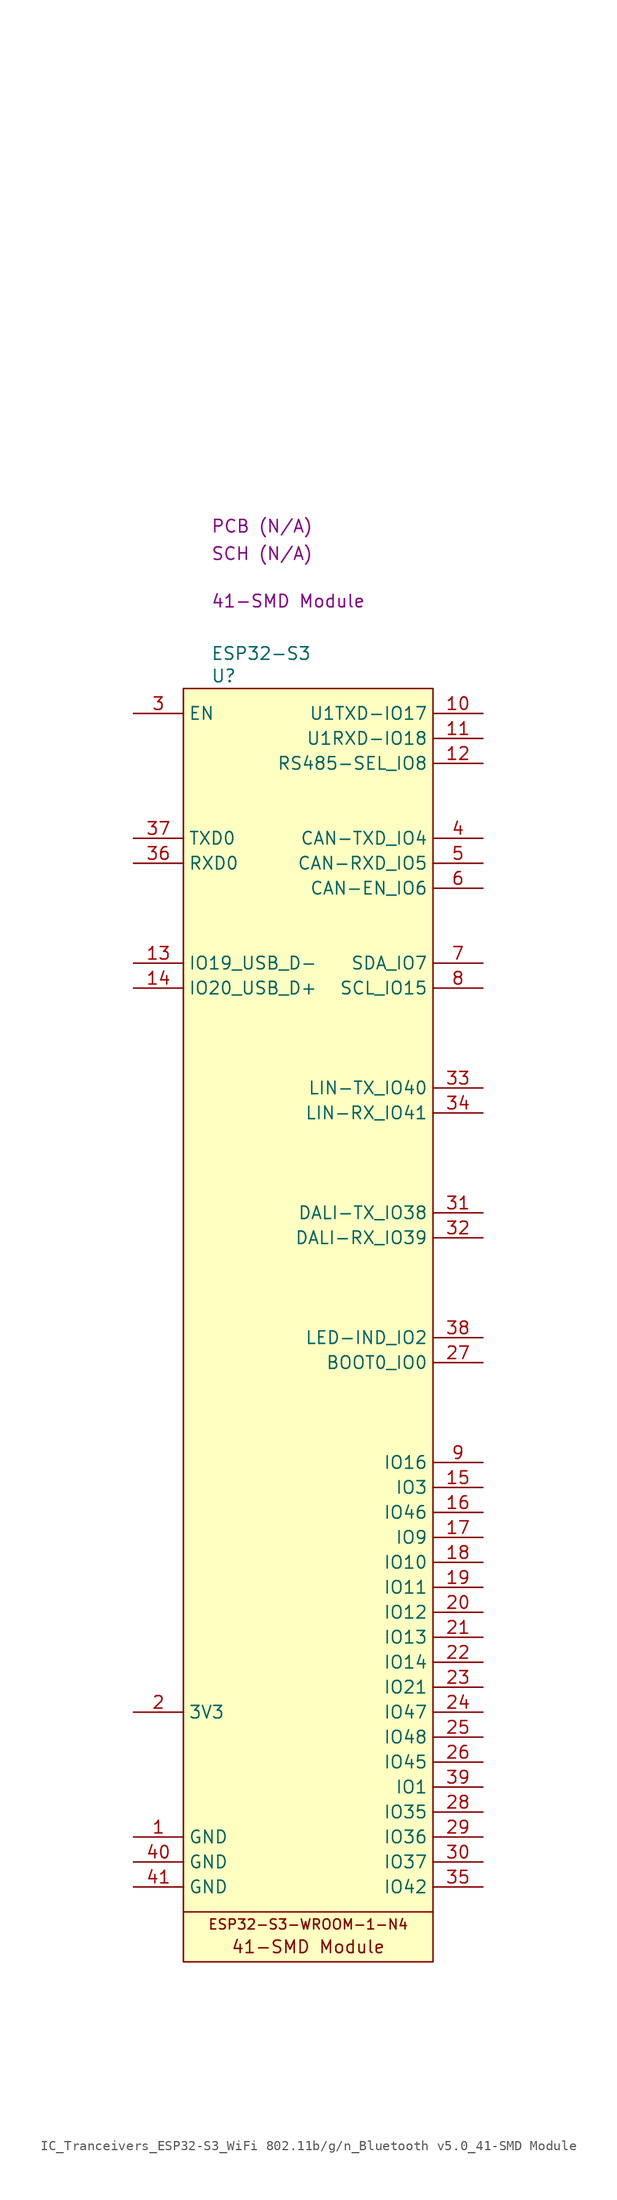
<source format=kicad_sym>
(kicad_symbol_lib
  (version 20231120)
  (generator "kicad_symbol_editor")
  (generator_version "8.0")
  (symbol "IC_Tranceivers_ESP32-S3_WiFi 802.11b/g/n_Bluetooth v5.0_41-SMD Module"
    (property "Reference" "U"
      (at 2.794 3.81 0)
      (effects (font (size 1.27 1.27)) (justify left)))
    (property "Value" "ESP32-S3"
      (at 2.794 6.096 0)
      (effects (font (size 1.27 1.27)) (justify left)))
    (property "Package" "41-SMD Module"
      (at 2.794 11.43 0)
      (effects (font (size 1.27 1.27)) (justify left)))
    (property "SCH CHECK" "SCH (N/A)"
      (at 2.794 16.256 0)
      (effects (font (size 1.27 1.27)) (justify left)))
    (property "PCB CHECk" "PCB (N/A)"
      (at 2.794 19.05 0)
      (effects (font (size 1.27 1.27)) (justify left)))
    (symbol "IC_Tranceivers_ESP32-S3_WiFi 802.11b/g/n_Bluetooth v5.0_41-SMD Module_0_1"
      (polyline private (pts (xy 2.54 2.54) (xy 27.94 2.54)) (stroke (width 0) (type default)) (fill (type none)))
      (polyline private (pts (xy 2.54 5.08) (xy 27.94 5.08)) (stroke (width 0) (type default)) (fill (type none)))
      (polyline private (pts (xy 2.54 7.62) (xy 27.94 7.62)) (stroke (width 0) (type default)) (fill (type none)))
      (polyline private (pts (xy 2.54 10.16) (xy 27.94 10.16)) (stroke (width 0) (type default)) (fill (type none)))
      (polyline private (pts (xy 2.54 12.7) (xy 27.94 12.7)) (stroke (width 0) (type default)) (fill (type none)))
      (polyline private (pts (xy 2.54 15.24) (xy 27.94 15.24)) (stroke (width 0) (type default)) (fill (type none)))
      (polyline private (pts (xy 2.54 17.78) (xy 27.94 17.78)) (stroke (width 0) (type default)) (fill (type none)))
      (polyline private (pts (xy 2.54 20.32) (xy 27.94 20.32)) (stroke (width 0) (type default)) (fill (type none)))
      (polyline private (pts (xy 2.54 22.86) (xy 27.94 22.86)) (stroke (width 0) (type default)) (fill (type none)))
      (polyline private (pts (xy 2.54 25.4) (xy 27.94 25.4)) (stroke (width 0) (type default)) (fill (type none)))
      (polyline private (pts (xy 2.54 27.94) (xy 27.94 27.94)) (stroke (width 0) (type default)) (fill (type none)))
      (polyline private (pts (xy 2.54 30.48) (xy 27.94 30.48)) (stroke (width 0) (type default)) (fill (type none)))
      (polyline private (pts (xy 2.54 33.02) (xy 27.94 33.02)) (stroke (width 0) (type default)) (fill (type none)))
      (polyline private (pts (xy 2.54 35.56) (xy 27.94 35.56)) (stroke (width 0) (type default)) (fill (type none)))
      (polyline private (pts (xy 2.54 38.1) (xy 27.94 38.1)) (stroke (width 0) (type default)) (fill (type none)))
      (polyline private (pts (xy 2.54 40.64) (xy 27.94 40.64)) (stroke (width 0) (type default)) (fill (type none)))
      (polyline private (pts (xy 2.54 43.18) (xy 27.94 43.18)) (stroke (width 0) (type default)) (fill (type none)))
      (polyline private (pts (xy 2.54 45.72) (xy 27.94 45.72)) (stroke (width 0) (type default)) (fill (type none)))
      (polyline private (pts (xy 2.54 48.26) (xy 27.94 48.26)) (stroke (width 0) (type default)) (fill (type none)))
      (polyline private (pts (xy 2.54 50.8) (xy 27.94 50.8)) (stroke (width 0) (type default)) (fill (type none))))
    (symbol "IC_Tranceivers_ESP32-S3_WiFi 802.11b/g/n_Bluetooth v5.0_41-SMD Module_1_1"
      (polyline (pts (xy 25.4 -121.92) (xy 0 -121.92)) (stroke (width 0) (type default)) (fill (type none)))
      (rectangle (start 0 2.54) (end 25.4 -127) (stroke (width 0) (type default)) (fill (type background)))
      (text "41-SMD Module" (at 12.7 -125.476 0) (effects (font (size 1.27 1.27))))
      (text "ESP32-S3-WROOM-1-N4" (at 12.7 -123.19 0) (effects (font (size 1.016 1.016))))
      (pin passive line (at -5.08 -114.3 0) (length 5.08) (name "GND" (effects (font (size 1.27 1.27)))) (number "1" (effects (font (size 1.27 1.27)))))
      (pin passive line (at 30.48 0 180) (length 5.08) (name "U1TXD-IO17" (effects (font (size 1.27 1.27)))) (number "10" (effects (font (size 1.27 1.27)))))
      (pin passive line (at 30.48 -2.54 180) (length 5.08) (name "U1RXD-IO18" (effects (font (size 1.27 1.27)))) (number "11" (effects (font (size 1.27 1.27)))))
      (pin passive line (at 30.48 -5.08 180) (length 5.08) (name "RS485-SEL_IO8" (effects (font (size 1.27 1.27)))) (number "12" (effects (font (size 1.27 1.27)))))
      (pin passive line (at -5.08 -25.4 0) (length 5.08) (name "IO19_USB_D-" (effects (font (size 1.27 1.27)))) (number "13" (effects (font (size 1.27 1.27)))))
      (pin passive line (at -5.08 -27.94 0) (length 5.08) (name "IO20_USB_D+" (effects (font (size 1.27 1.27)))) (number "14" (effects (font (size 1.27 1.27)))))
      (pin passive line (at 30.48 -78.74 180) (length 5.08) (name "IO3" (effects (font (size 1.27 1.27)))) (number "15" (effects (font (size 1.27 1.27)))))
      (pin passive line (at 30.48 -81.28 180) (length 5.08) (name "IO46" (effects (font (size 1.27 1.27)))) (number "16" (effects (font (size 1.27 1.27)))))
      (pin passive line (at 30.48 -83.82 180) (length 5.08) (name "IO9" (effects (font (size 1.27 1.27)))) (number "17" (effects (font (size 1.27 1.27)))))
      (pin passive line (at 30.48 -86.36 180) (length 5.08) (name "IO10" (effects (font (size 1.27 1.27)))) (number "18" (effects (font (size 1.27 1.27)))))
      (pin passive line (at 30.48 -88.9 180) (length 5.08) (name "IO11" (effects (font (size 1.27 1.27)))) (number "19" (effects (font (size 1.27 1.27)))))
      (pin passive line (at -5.08 -101.6 0) (length 5.08) (name "3V3" (effects (font (size 1.27 1.27)))) (number "2" (effects (font (size 1.27 1.27)))))
      (pin passive line (at 30.48 -91.44 180) (length 5.08) (name "IO12" (effects (font (size 1.27 1.27)))) (number "20" (effects (font (size 1.27 1.27)))))
      (pin passive line (at 30.48 -93.98 180) (length 5.08) (name "IO13" (effects (font (size 1.27 1.27)))) (number "21" (effects (font (size 1.27 1.27)))))
      (pin passive line (at 30.48 -96.52 180) (length 5.08) (name "IO14" (effects (font (size 1.27 1.27)))) (number "22" (effects (font (size 1.27 1.27)))))
      (pin passive line (at 30.48 -99.06 180) (length 5.08) (name "IO21" (effects (font (size 1.27 1.27)))) (number "23" (effects (font (size 1.27 1.27)))))
      (pin passive line (at 30.48 -101.6 180) (length 5.08) (name "IO47" (effects (font (size 1.27 1.27)))) (number "24" (effects (font (size 1.27 1.27)))))
      (pin passive line (at 30.48 -104.14 180) (length 5.08) (name "IO48" (effects (font (size 1.27 1.27)))) (number "25" (effects (font (size 1.27 1.27)))))
      (pin passive line (at 30.48 -106.68 180) (length 5.08) (name "IO45" (effects (font (size 1.27 1.27)))) (number "26" (effects (font (size 1.27 1.27)))))
      (pin passive line (at 30.48 -66.04 180) (length 5.08) (name "BOOT0_IO0" (effects (font (size 1.27 1.27)))) (number "27" (effects (font (size 1.27 1.27)))))
      (pin passive line (at 30.48 -111.76 180) (length 5.08) (name "IO35" (effects (font (size 1.27 1.27)))) (number "28" (effects (font (size 1.27 1.27)))))
      (pin passive line (at 30.48 -114.3 180) (length 5.08) (name "IO36" (effects (font (size 1.27 1.27)))) (number "29" (effects (font (size 1.27 1.27)))))
      (pin passive line (at -5.08 0 0) (length 5.08) (name "EN" (effects (font (size 1.27 1.27)))) (number "3" (effects (font (size 1.27 1.27)))))
      (pin passive line (at 30.48 -116.84 180) (length 5.08) (name "IO37" (effects (font (size 1.27 1.27)))) (number "30" (effects (font (size 1.27 1.27)))))
      (pin passive line (at 30.48 -50.8 180) (length 5.08) (name "DALI-TX_IO38" (effects (font (size 1.27 1.27)))) (number "31" (effects (font (size 1.27 1.27)))))
      (pin passive line (at 30.48 -53.34 180) (length 5.08) (name "DALI-RX_IO39" (effects (font (size 1.27 1.27)))) (number "32" (effects (font (size 1.27 1.27)))))
      (pin passive line (at 30.48 -38.1 180) (length 5.08) (name "LIN-TX_IO40" (effects (font (size 1.27 1.27)))) (number "33" (effects (font (size 1.27 1.27)))))
      (pin passive line (at 30.48 -40.64 180) (length 5.08) (name "LIN-RX_IO41" (effects (font (size 1.27 1.27)))) (number "34" (effects (font (size 1.27 1.27)))))
      (pin passive line (at 30.48 -119.38 180) (length 5.08) (name "IO42" (effects (font (size 1.27 1.27)))) (number "35" (effects (font (size 1.27 1.27)))))
      (pin passive line (at -5.08 -15.24 0) (length 5.08) (name "RXD0" (effects (font (size 1.27 1.27)))) (number "36" (effects (font (size 1.27 1.27)))))
      (pin passive line (at -5.08 -12.7 0) (length 5.08) (name "TXD0" (effects (font (size 1.27 1.27)))) (number "37" (effects (font (size 1.27 1.27)))))
      (pin passive line (at 30.48 -63.5 180) (length 5.08) (name "LED-IND_IO2" (effects (font (size 1.27 1.27)))) (number "38" (effects (font (size 1.27 1.27)))))
      (pin passive line (at 30.48 -109.22 180) (length 5.08) (name "IO1" (effects (font (size 1.27 1.27)))) (number "39" (effects (font (size 1.27 1.27)))))
      (pin passive line (at 30.48 -12.7 180) (length 5.08) (name "CAN-TXD_IO4" (effects (font (size 1.27 1.27)))) (number "4" (effects (font (size 1.27 1.27)))))
      (pin passive line (at -5.08 -116.84 0) (length 5.08) (name "GND" (effects (font (size 1.27 1.27)))) (number "40" (effects (font (size 1.27 1.27)))))
      (pin passive line (at -5.08 -119.38 0) (length 5.08) (name "GND" (effects (font (size 1.27 1.27)))) (number "41" (effects (font (size 1.27 1.27)))))
      (pin passive line (at 30.48 -15.24 180) (length 5.08) (name "CAN-RXD_IO5" (effects (font (size 1.27 1.27)))) (number "5" (effects (font (size 1.27 1.27)))))
      (pin passive line (at 30.48 -17.78 180) (length 5.08) (name "CAN-EN_IO6" (effects (font (size 1.27 1.27)))) (number "6" (effects (font (size 1.27 1.27)))))
      (pin passive line (at 30.48 -25.4 180) (length 5.08) (name "SDA_IO7" (effects (font (size 1.27 1.27)))) (number "7" (effects (font (size 1.27 1.27)))))
      (pin passive line (at 30.48 -27.94 180) (length 5.08) (name "SCL_IO15" (effects (font (size 1.27 1.27)))) (number "8" (effects (font (size 1.27 1.27)))))
      (pin passive line (at 30.48 -76.2 180) (length 5.08) (name "IO16" (effects (font (size 1.27 1.27)))) (number "9" (effects (font (size 1.27 1.27))))))))
</source>
